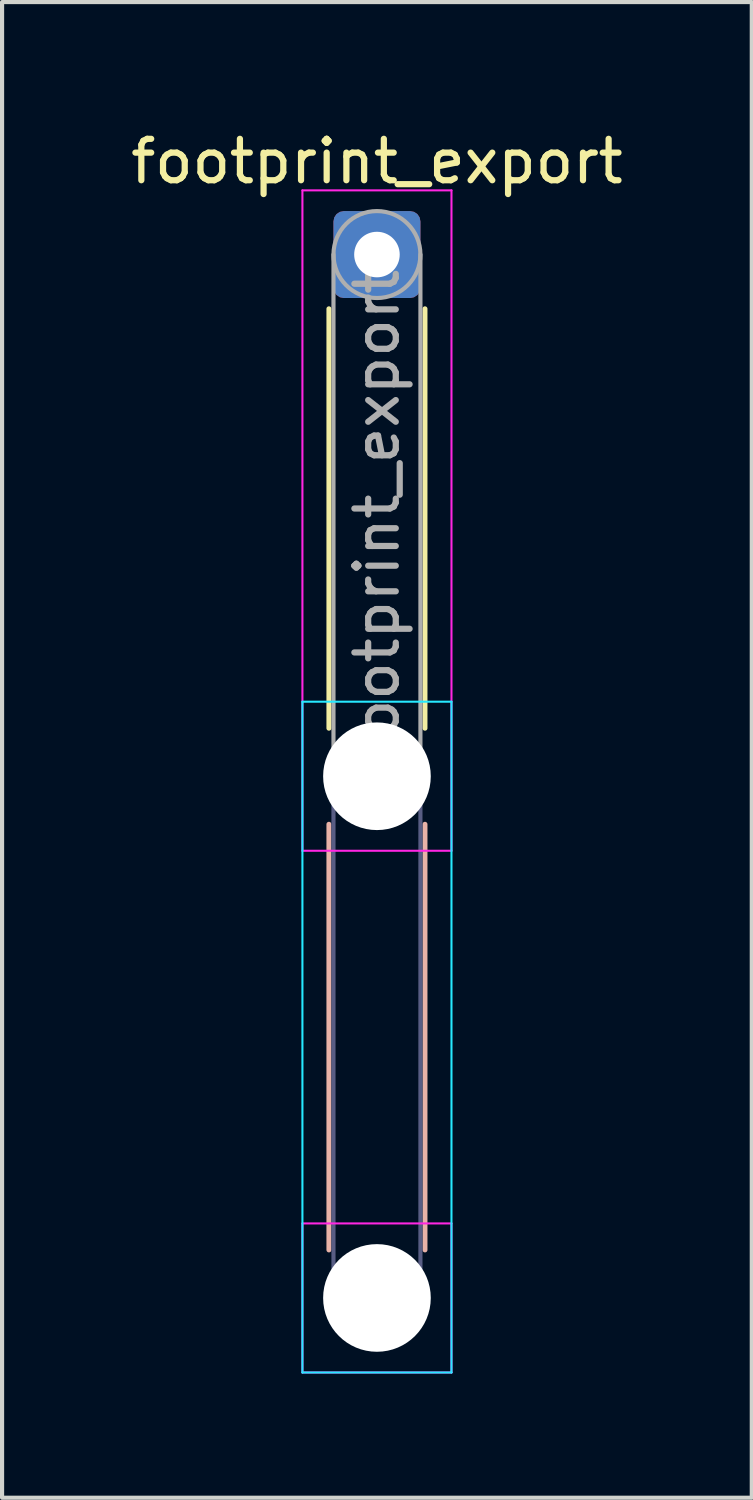
<source format=kicad_pcb>
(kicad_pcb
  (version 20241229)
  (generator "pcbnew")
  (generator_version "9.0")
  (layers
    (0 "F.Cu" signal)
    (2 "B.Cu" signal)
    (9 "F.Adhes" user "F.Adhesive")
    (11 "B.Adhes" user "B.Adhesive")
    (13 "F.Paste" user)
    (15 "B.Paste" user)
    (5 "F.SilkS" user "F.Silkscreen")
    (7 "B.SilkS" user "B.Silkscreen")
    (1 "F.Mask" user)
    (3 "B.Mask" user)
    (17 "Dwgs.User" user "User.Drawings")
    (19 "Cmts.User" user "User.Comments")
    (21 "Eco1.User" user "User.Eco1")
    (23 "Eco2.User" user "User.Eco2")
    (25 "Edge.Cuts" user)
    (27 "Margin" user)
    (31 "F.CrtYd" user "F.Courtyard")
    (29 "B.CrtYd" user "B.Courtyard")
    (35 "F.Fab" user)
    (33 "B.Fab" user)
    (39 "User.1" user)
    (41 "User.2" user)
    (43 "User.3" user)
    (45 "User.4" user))
  (footprint "footprint_export"
    (layer "F.Cu")
    (at 6.054 3.098)
    (property "Reference" "footprint_export" (at 0 -2.25 0) (layer "F.SilkS") (effects (font (size 1 1) (thickness 0.15))))
    (attr exclude_from_pos_files exclude_from_bom)
    (fp_line (start -1.16 1.31) (end -1.16 11.44) (stroke (width 0.12) (type solid)) (layer "F.SilkS"))
    (fp_line (start 1.16 1.31) (end 1.16 11.44) (stroke (width 0.12) (type solid)) (layer "F.SilkS"))
    (fp_line (start -1.16 13.76) (end -1.16 24.04) (stroke (width 0.12) (type solid)) (layer "B.SilkS"))
    (fp_line (start 1.16 13.76) (end 1.16 24.04) (stroke (width 0.12) (type solid)) (layer "B.SilkS"))
    (fp_line (start -1.8 10.8) (end -1.8 27) (stroke (width 0.05) (type solid)) (layer "B.CrtYd"))
    (fp_line (start -1.8 27) (end 1.8 27) (stroke (width 0.05) (type solid)) (layer "B.CrtYd"))
    (fp_line (start 1.8 10.8) (end -1.8 10.8) (stroke (width 0.05) (type solid)) (layer "B.CrtYd"))
    (fp_line (start 1.8 27) (end 1.8 10.8) (stroke (width 0.05) (type solid)) (layer "B.CrtYd"))
    (fp_line (start -1.8 -1.55) (end -1.8 14.4) (stroke (width 0.05) (type solid)) (layer "F.CrtYd"))
    (fp_line (start -1.8 14.4) (end 1.8 14.4) (stroke (width 0.05) (type solid)) (layer "F.CrtYd"))
    (fp_line (start -1.8 23.4) (end -1.8 27) (stroke (width 0.05) (type solid)) (layer "F.CrtYd"))
    (fp_line (start -1.8 27) (end 1.8 27) (stroke (width 0.05) (type solid)) (layer "F.CrtYd"))
    (fp_line (start 1.8 -1.55) (end -1.8 -1.55) (stroke (width 0.05) (type solid)) (layer "F.CrtYd"))
    (fp_line (start 1.8 14.4) (end 1.8 -1.55) (stroke (width 0.05) (type solid)) (layer "F.CrtYd"))
    (fp_line (start 1.8 23.4) (end -1.8 23.4) (stroke (width 0.05) (type solid)) (layer "F.CrtYd"))
    (fp_line (start 1.8 27) (end 1.8 23.4) (stroke (width 0.05) (type solid)) (layer "F.CrtYd"))
    (fp_line (start -1.05 12.6) (end -1.05 25.2) (stroke (width 0.1) (type solid)) (layer "B.Fab"))
    (fp_line (start 1.05 12.6) (end 1.05 25.2) (stroke (width 0.1) (type solid)) (layer "B.Fab"))
    (fp_circle (center 0 12.6) (end 1.05 12.6) (stroke (width 0.1) (type solid)) (fill no) (layer "B.Fab"))
    (fp_circle (center 0 25.2) (end 1.05 25.2) (stroke (width 0.1) (type solid)) (fill no) (layer "B.Fab"))
    (fp_line (start -1.05 0) (end -1.05 12.6) (stroke (width 0.1) (type solid)) (layer "F.Fab"))
    (fp_line (start 1.05 0) (end 1.05 12.6) (stroke (width 0.1) (type solid)) (layer "F.Fab"))
    (fp_circle (center 0 0) (end 1.05 0) (stroke (width 0.1) (type solid)) (fill no) (layer "F.Fab"))
    (fp_circle (center 0 12.6) (end 1.05 12.6) (stroke (width 0.1) (type solid)) (fill no) (layer "F.Fab"))
    (fp_circle (center 0 25.2) (end 1.05 25.2) (stroke (width 0.1) (type solid)) (fill no) (layer "F.Fab"))
    (fp_text user "${REFERENCE}" (at 0 6.3 90) (layer "F.Fab") (effects (font (size 1 1) (thickness 0.15))))
    (pad "" np_thru_hole circle (at 0 12.6) (size 2.6 2.6) (drill 2.6) (layers "*.Cu" "*.Mask"))
    (pad "" np_thru_hole circle (at 0 25.2) (size 2.6 2.6) (drill 2.6) (layers "*.Cu" "*.Mask"))
    (pad "1" thru_hole roundrect (at 0 0) (size 2.1 2.1) (drill 1.1) (layers "*.Cu" "*.Mask") (roundrect_rratio 0.119)))
  (gr_rect
    (start -3 -3)
    (end 15.107 33.123)
    (stroke (width 0.1) (type default))
    (fill no)
    (layer "Edge.Cuts")))
</source>
